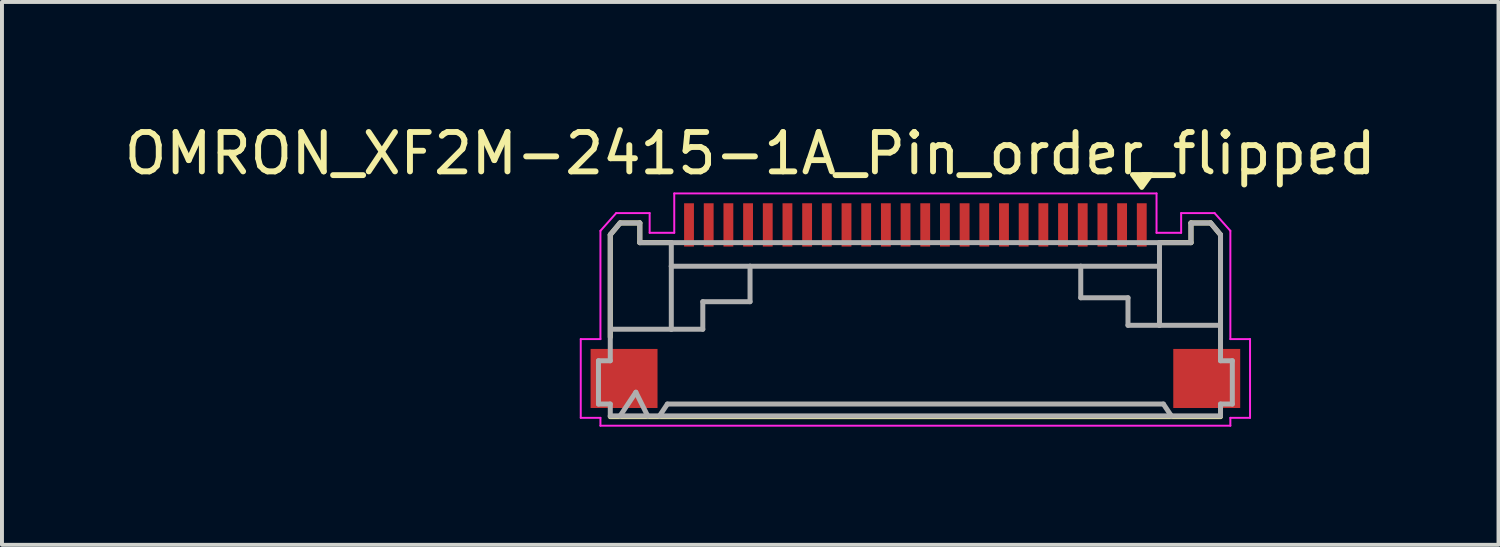
<source format=kicad_pcb>
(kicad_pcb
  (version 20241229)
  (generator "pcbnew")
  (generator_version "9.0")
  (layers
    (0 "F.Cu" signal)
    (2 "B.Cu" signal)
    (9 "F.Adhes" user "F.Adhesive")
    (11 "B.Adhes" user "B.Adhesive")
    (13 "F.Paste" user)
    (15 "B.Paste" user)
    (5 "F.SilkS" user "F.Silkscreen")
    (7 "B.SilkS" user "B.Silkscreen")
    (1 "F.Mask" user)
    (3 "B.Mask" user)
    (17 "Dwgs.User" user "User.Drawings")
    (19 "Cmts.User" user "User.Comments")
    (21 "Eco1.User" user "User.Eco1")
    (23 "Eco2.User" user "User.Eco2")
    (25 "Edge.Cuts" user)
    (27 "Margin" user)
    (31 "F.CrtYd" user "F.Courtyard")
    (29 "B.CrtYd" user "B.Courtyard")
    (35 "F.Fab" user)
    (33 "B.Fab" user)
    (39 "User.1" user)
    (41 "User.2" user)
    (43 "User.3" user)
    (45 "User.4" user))
  (footprint "OMRON_XF2M-2415-1A_Pin_order_flipped"
    (layer "F.Cu")
    (at 20.201 5.013)
    (property "Reference" "OMRON_XF2M-2415-1A_Pin_order_flipped" (at -4.195 -4.165 0) (layer "F.SilkS") (effects (font (size 1 1) (thickness 0.15))))
    (attr smd)
    (fp_line (start -7.75 -2.1) (end -7.75 0.5) (stroke (width 0.127) (type solid)) (layer "F.SilkS"))
    (fp_line (start -7.75 2.52) (end 7.75 2.52) (stroke (width 0.127) (type solid)) (layer "F.SilkS"))
    (fp_line (start -7.5 -2.4) (end -7.75 -2.1) (stroke (width 0.127) (type solid)) (layer "F.SilkS"))
    (fp_line (start -7 -2.4) (end -7.5 -2.4) (stroke (width 0.127) (type solid)) (layer "F.SilkS"))
    (fp_line (start -7 -1.9) (end -7 -2.4) (stroke (width 0.127) (type solid)) (layer "F.SilkS"))
    (fp_line (start -6.2 -1.9) (end -7 -1.9) (stroke (width 0.127) (type solid)) (layer "F.SilkS"))
    (fp_line (start 6.2 -1.9) (end 7 -1.9) (stroke (width 0.127) (type solid)) (layer "F.SilkS"))
    (fp_line (start 7 -2.4) (end 7.5 -2.4) (stroke (width 0.127) (type solid)) (layer "F.SilkS"))
    (fp_line (start 7 -1.9) (end 7 -2.4) (stroke (width 0.127) (type solid)) (layer "F.SilkS"))
    (fp_line (start 7.5 -2.4) (end 7.75 -2.1) (stroke (width 0.127) (type solid)) (layer "F.SilkS"))
    (fp_line (start 7.75 -2.1) (end 7.75 0.55) (stroke (width 0.127) (type solid)) (layer "F.SilkS"))
    (fp_poly (pts (xy 5.75 -3.3) (xy 5.51 -3.63) (xy 5.99 -3.63) (xy 5.75 -3.3)) (stroke (width 0.12) (type solid)) (fill yes) (layer "F.SilkS"))
    (fp_line (start -8.5 0.55) (end -8 0.55) (stroke (width 0.05) (type solid)) (layer "F.CrtYd"))
    (fp_line (start -8.5 2.55) (end -8.5 0.55) (stroke (width 0.05) (type solid)) (layer "F.CrtYd"))
    (fp_line (start -8 -2.2) (end -7.6 -2.65) (stroke (width 0.05) (type solid)) (layer "F.CrtYd"))
    (fp_line (start -8 0.55) (end -8 -2.2) (stroke (width 0.05) (type solid)) (layer "F.CrtYd"))
    (fp_line (start -8 2.55) (end -8.5 2.55) (stroke (width 0.05) (type solid)) (layer "F.CrtYd"))
    (fp_line (start -8 2.75) (end -8 2.55) (stroke (width 0.05) (type solid)) (layer "F.CrtYd"))
    (fp_line (start -7.6 -2.65) (end -6.75 -2.65) (stroke (width 0.05) (type solid)) (layer "F.CrtYd"))
    (fp_line (start -6.75 -2.65) (end -6.75 -2.15) (stroke (width 0.05) (type solid)) (layer "F.CrtYd"))
    (fp_line (start -6.75 -2.15) (end -6.125 -2.15) (stroke (width 0.05) (type solid)) (layer "F.CrtYd"))
    (fp_line (start -6.125 -3.15) (end 6.125 -3.15) (stroke (width 0.05) (type solid)) (layer "F.CrtYd"))
    (fp_line (start -6.125 -2.15) (end -6.125 -3.15) (stroke (width 0.05) (type solid)) (layer "F.CrtYd"))
    (fp_line (start 6.125 -3.15) (end 6.125 -2.15) (stroke (width 0.05) (type solid)) (layer "F.CrtYd"))
    (fp_line (start 6.125 -2.15) (end 6.75 -2.15) (stroke (width 0.05) (type solid)) (layer "F.CrtYd"))
    (fp_line (start 6.75 -2.65) (end 7.6 -2.65) (stroke (width 0.05) (type solid)) (layer "F.CrtYd"))
    (fp_line (start 6.75 -2.15) (end 6.75 -2.65) (stroke (width 0.05) (type solid)) (layer "F.CrtYd"))
    (fp_line (start 7.6 -2.65) (end 8 -2.2) (stroke (width 0.05) (type solid)) (layer "F.CrtYd"))
    (fp_line (start 8 -2.2) (end 8 0.55) (stroke (width 0.05) (type solid)) (layer "F.CrtYd"))
    (fp_line (start 8 0.55) (end 8.5 0.55) (stroke (width 0.05) (type solid)) (layer "F.CrtYd"))
    (fp_line (start 8 2.55) (end 8 2.75) (stroke (width 0.05) (type solid)) (layer "F.CrtYd"))
    (fp_line (start 8 2.75) (end -8 2.75) (stroke (width 0.05) (type solid)) (layer "F.CrtYd"))
    (fp_line (start 8.5 0.55) (end 8.5 2.55) (stroke (width 0.05) (type solid)) (layer "F.CrtYd"))
    (fp_line (start 8.5 2.55) (end 8 2.55) (stroke (width 0.05) (type solid)) (layer "F.CrtYd"))
    (fp_line (start -8.05 1.1) (end -7.75 1.1) (stroke (width 0.127) (type solid)) (layer "F.Fab"))
    (fp_line (start -8.05 2.2) (end -8.05 1.1) (stroke (width 0.127) (type solid)) (layer "F.Fab"))
    (fp_line (start -7.75 -2.1) (end -7.5 -2.4) (stroke (width 0.127) (type solid)) (layer "F.Fab"))
    (fp_line (start -7.75 1.1) (end -7.75 -2.1) (stroke (width 0.127) (type solid)) (layer "F.Fab"))
    (fp_line (start -7.75 2.2) (end -8.05 2.2) (stroke (width 0.127) (type solid)) (layer "F.Fab"))
    (fp_line (start -7.75 2.5) (end -7.75 2.2) (stroke (width 0.127) (type solid)) (layer "F.Fab"))
    (fp_line (start -7.7 0.3) (end -6.2 0.3) (stroke (width 0.127) (type solid)) (layer "F.Fab"))
    (fp_line (start -7.5 -2.4) (end -7 -2.4) (stroke (width 0.127) (type solid)) (layer "F.Fab"))
    (fp_line (start -7.5 2.5) (end -7.75 2.5) (stroke (width 0.127) (type solid)) (layer "F.Fab"))
    (fp_line (start -7.5 2.5) (end -7.1 1.9) (stroke (width 0.127) (type solid)) (layer "F.Fab"))
    (fp_line (start -7.1 1.9) (end -6.8 2.5) (stroke (width 0.127) (type solid)) (layer "F.Fab"))
    (fp_line (start -7 -2.4) (end -7 -1.9) (stroke (width 0.127) (type solid)) (layer "F.Fab"))
    (fp_line (start -7 -1.9) (end 6.2 -1.9) (stroke (width 0.127) (type solid)) (layer "F.Fab"))
    (fp_line (start -6.8 2.5) (end -7.5 2.5) (stroke (width 0.127) (type solid)) (layer "F.Fab"))
    (fp_line (start -6.5 2.5) (end -6.8 2.5) (stroke (width 0.127) (type solid)) (layer "F.Fab"))
    (fp_line (start -6.5 2.5) (end -6.3 2.2) (stroke (width 0.127) (type solid)) (layer "F.Fab"))
    (fp_line (start -6.3 2.2) (end 6.3 2.2) (stroke (width 0.127) (type solid)) (layer "F.Fab"))
    (fp_line (start -6.2 -1.3) (end -6.2 -1.9) (stroke (width 0.127) (type solid)) (layer "F.Fab"))
    (fp_line (start -6.2 0.3) (end -6.2 -1.3) (stroke (width 0.127) (type solid)) (layer "F.Fab"))
    (fp_line (start -6.2 0.3) (end -5.4 0.3) (stroke (width 0.127) (type solid)) (layer "F.Fab"))
    (fp_line (start -5.4 -0.4) (end -4.2 -0.4) (stroke (width 0.127) (type solid)) (layer "F.Fab"))
    (fp_line (start -5.4 0.3) (end -5.4 -0.4) (stroke (width 0.127) (type solid)) (layer "F.Fab"))
    (fp_line (start -4.2 -1.3) (end -6.2 -1.3) (stroke (width 0.127) (type solid)) (layer "F.Fab"))
    (fp_line (start -4.2 -1.3) (end 4.2 -1.3) (stroke (width 0.127) (type solid)) (layer "F.Fab"))
    (fp_line (start -4.2 -0.4) (end -4.2 -1.3) (stroke (width 0.127) (type solid)) (layer "F.Fab"))
    (fp_line (start 4.2 -1.3) (end 4.2 -0.5) (stroke (width 0.127) (type solid)) (layer "F.Fab"))
    (fp_line (start 4.2 -1.3) (end 6.2 -1.3) (stroke (width 0.127) (type solid)) (layer "F.Fab"))
    (fp_line (start 4.2 -0.5) (end 5.4 -0.5) (stroke (width 0.127) (type solid)) (layer "F.Fab"))
    (fp_line (start 5.4 -0.5) (end 5.4 0.2) (stroke (width 0.127) (type solid)) (layer "F.Fab"))
    (fp_line (start 5.4 0.2) (end 6.2 0.2) (stroke (width 0.127) (type solid)) (layer "F.Fab"))
    (fp_line (start 6.2 -1.9) (end 7 -1.9) (stroke (width 0.127) (type solid)) (layer "F.Fab"))
    (fp_line (start 6.2 -1.3) (end 6.2 -1.9) (stroke (width 0.127) (type solid)) (layer "F.Fab"))
    (fp_line (start 6.2 0.2) (end 6.2 -1.3) (stroke (width 0.127) (type solid)) (layer "F.Fab"))
    (fp_line (start 6.2 0.2) (end 7.75 0.2) (stroke (width 0.127) (type solid)) (layer "F.Fab"))
    (fp_line (start 6.3 2.2) (end 6.5 2.5) (stroke (width 0.127) (type solid)) (layer "F.Fab"))
    (fp_line (start 6.5 2.5) (end -6.5 2.5) (stroke (width 0.127) (type solid)) (layer "F.Fab"))
    (fp_line (start 7 -2.4) (end 7.5 -2.4) (stroke (width 0.127) (type solid)) (layer "F.Fab"))
    (fp_line (start 7 -1.9) (end 7 -2.4) (stroke (width 0.127) (type solid)) (layer "F.Fab"))
    (fp_line (start 7.5 -2.4) (end 7.75 -2.1) (stroke (width 0.127) (type solid)) (layer "F.Fab"))
    (fp_line (start 7.75 -2.1) (end 7.75 0.2) (stroke (width 0.127) (type solid)) (layer "F.Fab"))
    (fp_line (start 7.75 0.2) (end 7.75 1.1) (stroke (width 0.127) (type solid)) (layer "F.Fab"))
    (fp_line (start 7.75 1.1) (end 8.05 1.1) (stroke (width 0.127) (type solid)) (layer "F.Fab"))
    (fp_line (start 7.75 2.2) (end 7.75 2.5) (stroke (width 0.127) (type solid)) (layer "F.Fab"))
    (fp_line (start 7.75 2.5) (end 6.5 2.5) (stroke (width 0.127) (type solid)) (layer "F.Fab"))
    (fp_line (start 8.05 1.1) (end 8.05 2.2) (stroke (width 0.127) (type solid)) (layer "F.Fab"))
    (fp_line (start 8.05 2.2) (end 7.75 2.2) (stroke (width 0.127) (type solid)) (layer "F.Fab"))
    (pad "1" smd rect (at 5.75 -2.35) (size 0.25 1.1) (layers "F.Cu" "F.Mask" "F.Paste"))
    (pad "2" smd rect (at 5.25 -2.35) (size 0.25 1.1) (layers "F.Cu" "F.Mask" "F.Paste"))
    (pad "3" smd rect (at 4.75 -2.35) (size 0.25 1.1) (layers "F.Cu" "F.Mask" "F.Paste"))
    (pad "4" smd rect (at 4.25 -2.35) (size 0.25 1.1) (layers "F.Cu" "F.Mask" "F.Paste"))
    (pad "5" smd rect (at 3.75 -2.35) (size 0.25 1.1) (layers "F.Cu" "F.Mask" "F.Paste"))
    (pad "6" smd rect (at 3.25 -2.35) (size 0.25 1.1) (layers "F.Cu" "F.Mask" "F.Paste"))
    (pad "7" smd rect (at 2.75 -2.35) (size 0.25 1.1) (layers "F.Cu" "F.Mask" "F.Paste"))
    (pad "8" smd rect (at 2.25 -2.35) (size 0.25 1.1) (layers "F.Cu" "F.Mask" "F.Paste"))
    (pad "9" smd rect (at 1.75 -2.35) (size 0.25 1.1) (layers "F.Cu" "F.Mask" "F.Paste"))
    (pad "10" smd rect (at 1.25 -2.35) (size 0.25 1.1) (layers "F.Cu" "F.Mask" "F.Paste"))
    (pad "11" smd rect (at 0.75 -2.35) (size 0.25 1.1) (layers "F.Cu" "F.Mask" "F.Paste"))
    (pad "12" smd rect (at 0.25 -2.35) (size 0.25 1.1) (layers "F.Cu" "F.Mask" "F.Paste"))
    (pad "13" smd rect (at -0.25 -2.35) (size 0.25 1.1) (layers "F.Cu" "F.Mask" "F.Paste"))
    (pad "14" smd rect (at -0.75 -2.35) (size 0.25 1.1) (layers "F.Cu" "F.Mask" "F.Paste"))
    (pad "15" smd rect (at -1.25 -2.35) (size 0.25 1.1) (layers "F.Cu" "F.Mask" "F.Paste"))
    (pad "16" smd rect (at -1.75 -2.35) (size 0.25 1.1) (layers "F.Cu" "F.Mask" "F.Paste"))
    (pad "17" smd rect (at -2.25 -2.35) (size 0.25 1.1) (layers "F.Cu" "F.Mask" "F.Paste"))
    (pad "18" smd rect (at -2.75 -2.35) (size 0.25 1.1) (layers "F.Cu" "F.Mask" "F.Paste"))
    (pad "19" smd rect (at -3.25 -2.35) (size 0.25 1.1) (layers "F.Cu" "F.Mask" "F.Paste"))
    (pad "20" smd rect (at -3.75 -2.35) (size 0.25 1.1) (layers "F.Cu" "F.Mask" "F.Paste"))
    (pad "21" smd rect (at -4.25 -2.35) (size 0.25 1.1) (layers "F.Cu" "F.Mask" "F.Paste"))
    (pad "22" smd rect (at -4.75 -2.35) (size 0.25 1.1) (layers "F.Cu" "F.Mask" "F.Paste"))
    (pad "23" smd rect (at -5.25 -2.35) (size 0.25 1.1) (layers "F.Cu" "F.Mask" "F.Paste"))
    (pad "24" smd rect (at -5.75 -2.35) (size 0.25 1.1) (layers "F.Cu" "F.Mask" "F.Paste"))
    (pad "P1" smd rect (at 7.4 1.55) (size 1.7 1.5) (layers "F.Cu" "F.Mask" "F.Paste"))
    (pad "P2" smd rect (at -7.4 1.55) (size 1.7 1.5) (layers "F.Cu" "F.Mask" "F.Paste")))
  (gr_rect
    (start -3 -3)
    (end 35.012 10.788)
    (stroke (width 0.1) (type default))
    (fill no)
    (layer "Edge.Cuts")))
</source>
